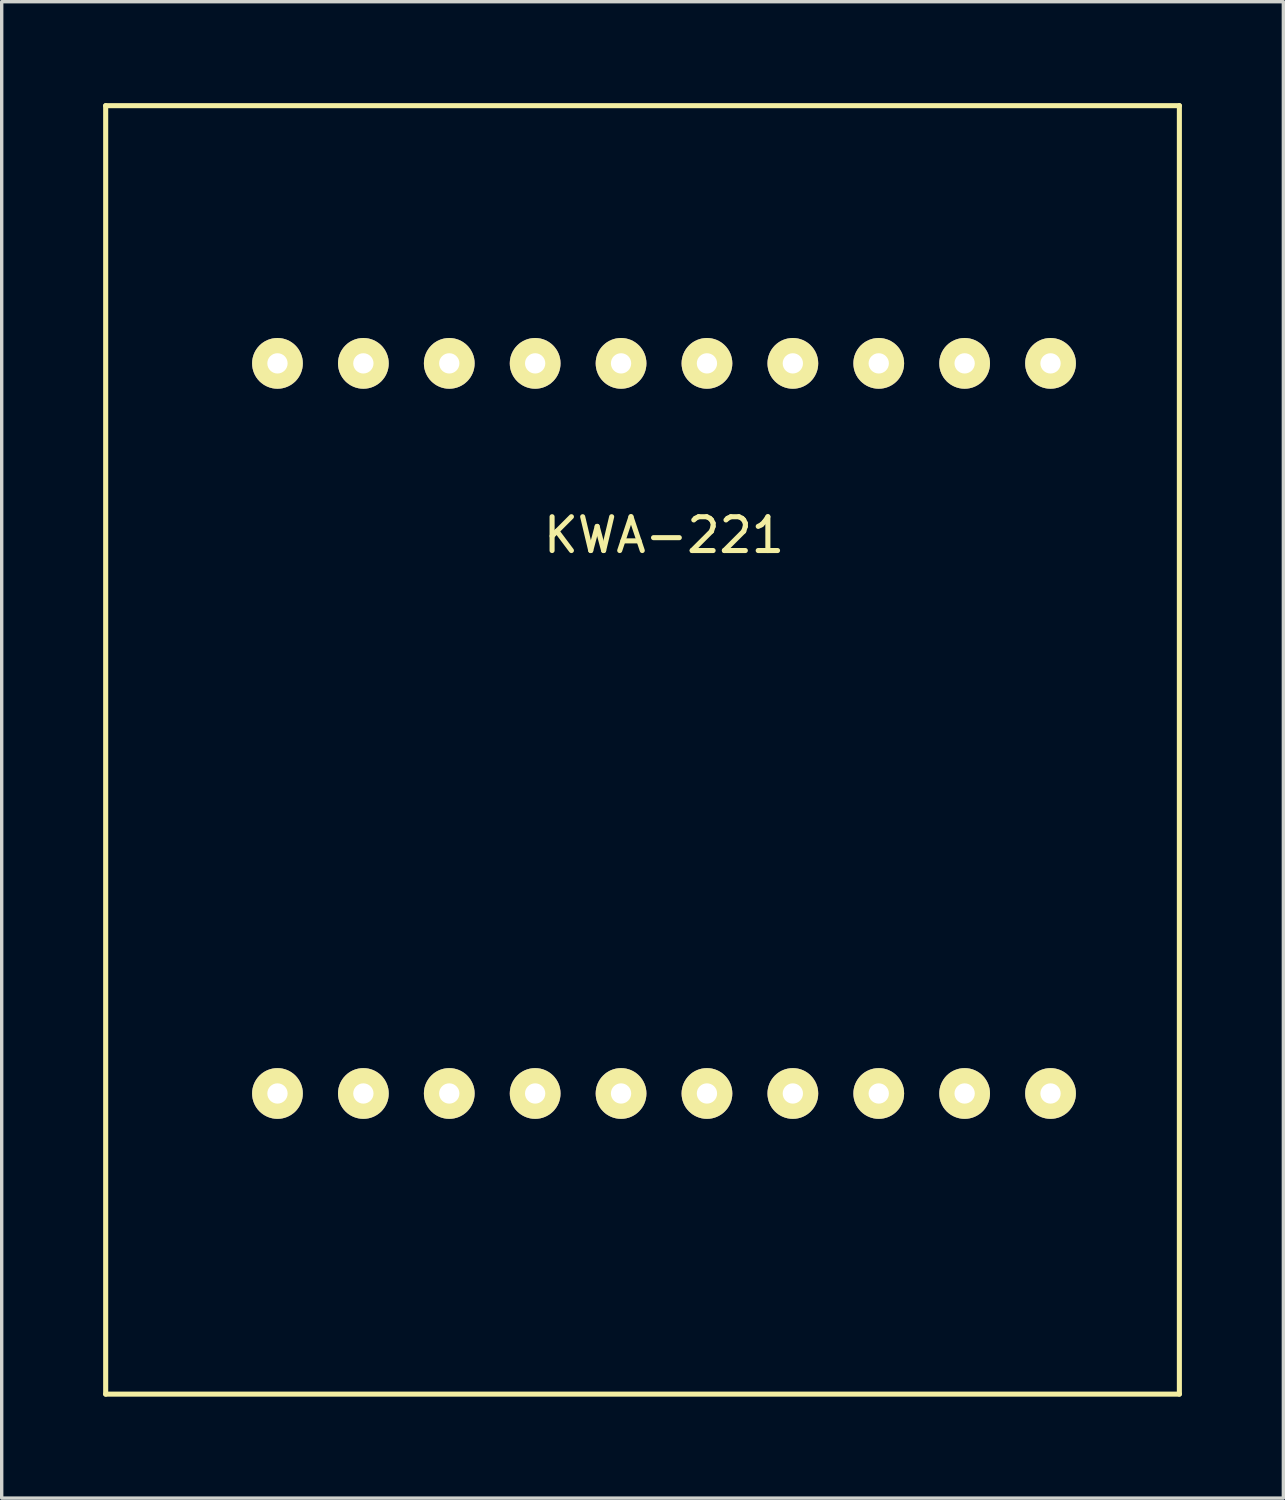
<source format=kicad_pcb>
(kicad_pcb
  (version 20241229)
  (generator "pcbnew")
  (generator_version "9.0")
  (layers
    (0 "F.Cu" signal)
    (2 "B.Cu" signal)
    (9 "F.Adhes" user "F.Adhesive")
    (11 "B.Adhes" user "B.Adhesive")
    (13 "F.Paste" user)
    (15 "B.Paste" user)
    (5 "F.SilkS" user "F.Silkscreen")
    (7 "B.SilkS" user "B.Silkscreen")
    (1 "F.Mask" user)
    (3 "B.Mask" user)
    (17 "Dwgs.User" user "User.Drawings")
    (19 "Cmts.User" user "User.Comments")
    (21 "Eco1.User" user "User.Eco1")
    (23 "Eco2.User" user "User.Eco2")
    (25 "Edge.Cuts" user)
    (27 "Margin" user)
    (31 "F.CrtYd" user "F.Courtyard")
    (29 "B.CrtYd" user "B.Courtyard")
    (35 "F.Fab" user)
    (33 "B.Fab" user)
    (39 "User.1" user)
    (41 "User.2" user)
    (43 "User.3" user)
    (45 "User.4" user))
  (footprint "KWA-221"
    (layer "F.Cu")
    (at 16.585 20.395)
    (property "Reference" "KWA-221" (at 0 -7.62 0) (layer "F.SilkS") (effects (font (size 1 1) (thickness 0.15))))
    (attr through_hole)
    (fp_line (start -16.51 -20.32) (end -16.51 17.78) (stroke (width 0.15) (type solid)) (layer "F.SilkS"))
    (fp_line (start -16.51 17.78) (end 15.24 17.78) (stroke (width 0.15) (type solid)) (layer "F.SilkS"))
    (fp_line (start 15.24 -20.32) (end -16.51 -20.32) (stroke (width 0.15) (type solid)) (layer "F.SilkS"))
    (fp_line (start 15.24 17.78) (end 15.24 -20.32) (stroke (width 0.15) (type solid)) (layer "F.SilkS"))
    (pad "1" thru_hole circle (at -11.43 8.89) (size 1.5 1.5) (drill 0.6) (layers "*.Cu" "*.Mask" "F.SilkS"))
    (pad "2" thru_hole circle (at -8.89 8.89) (size 1.5 1.5) (drill 0.6) (layers "*.Cu" "*.Mask" "F.SilkS"))
    (pad "3" thru_hole circle (at -6.35 8.89) (size 1.5 1.5) (drill 0.6) (layers "*.Cu" "*.Mask" "F.SilkS"))
    (pad "4" thru_hole circle (at -3.81 8.89) (size 1.5 1.5) (drill 0.6) (layers "*.Cu" "*.Mask" "F.SilkS"))
    (pad "5" thru_hole circle (at -1.27 8.89) (size 1.5 1.5) (drill 0.6) (layers "*.Cu" "*.Mask" "F.SilkS"))
    (pad "6" thru_hole circle (at 1.27 8.89) (size 1.5 1.5) (drill 0.6) (layers "*.Cu" "*.Mask" "F.SilkS"))
    (pad "7" thru_hole circle (at 3.81 8.89) (size 1.5 1.5) (drill 0.6) (layers "*.Cu" "*.Mask" "F.SilkS"))
    (pad "8" thru_hole circle (at 6.35 8.89) (size 1.5 1.5) (drill 0.6) (layers "*.Cu" "*.Mask" "F.SilkS"))
    (pad "9" thru_hole circle (at 8.89 8.89) (size 1.5 1.5) (drill 0.6) (layers "*.Cu" "*.Mask" "F.SilkS"))
    (pad "10" thru_hole circle (at 11.43 8.89) (size 1.5 1.5) (drill 0.6) (layers "*.Cu" "*.Mask" "F.SilkS"))
    (pad "11" thru_hole circle (at 11.43 -12.7) (size 1.5 1.5) (drill 0.6) (layers "*.Cu" "*.Mask" "F.SilkS"))
    (pad "12" thru_hole circle (at 8.89 -12.7) (size 1.5 1.5) (drill 0.6) (layers "*.Cu" "*.Mask" "F.SilkS"))
    (pad "13" thru_hole circle (at 6.35 -12.7) (size 1.5 1.5) (drill 0.6) (layers "*.Cu" "*.Mask" "F.SilkS"))
    (pad "14" thru_hole circle (at 3.81 -12.7) (size 1.5 1.5) (drill 0.6) (layers "*.Cu" "*.Mask" "F.SilkS"))
    (pad "15" thru_hole circle (at 1.27 -12.7) (size 1.5 1.5) (drill 0.6) (layers "*.Cu" "*.Mask" "F.SilkS"))
    (pad "16" thru_hole circle (at -1.27 -12.7) (size 1.5 1.5) (drill 0.6) (layers "*.Cu" "*.Mask" "F.SilkS"))
    (pad "17" thru_hole circle (at -3.81 -12.7) (size 1.5 1.5) (drill 0.6) (layers "*.Cu" "*.Mask" "F.SilkS"))
    (pad "18" thru_hole circle (at -6.35 -12.7) (size 1.5 1.5) (drill 0.6) (layers "*.Cu" "*.Mask" "F.SilkS"))
    (pad "19" thru_hole circle (at -8.89 -12.7) (size 1.5 1.5) (drill 0.6) (layers "*.Cu" "*.Mask" "F.SilkS"))
    (pad "20" thru_hole circle (at -11.43 -12.7) (size 1.5 1.5) (drill 0.6) (layers "*.Cu" "*.Mask" "F.SilkS")))
  (gr_rect
    (start -3 -3)
    (end 34.9 41.25)
    (stroke (width 0.1) (type default))
    (fill no)
    (layer "Edge.Cuts")))
</source>
